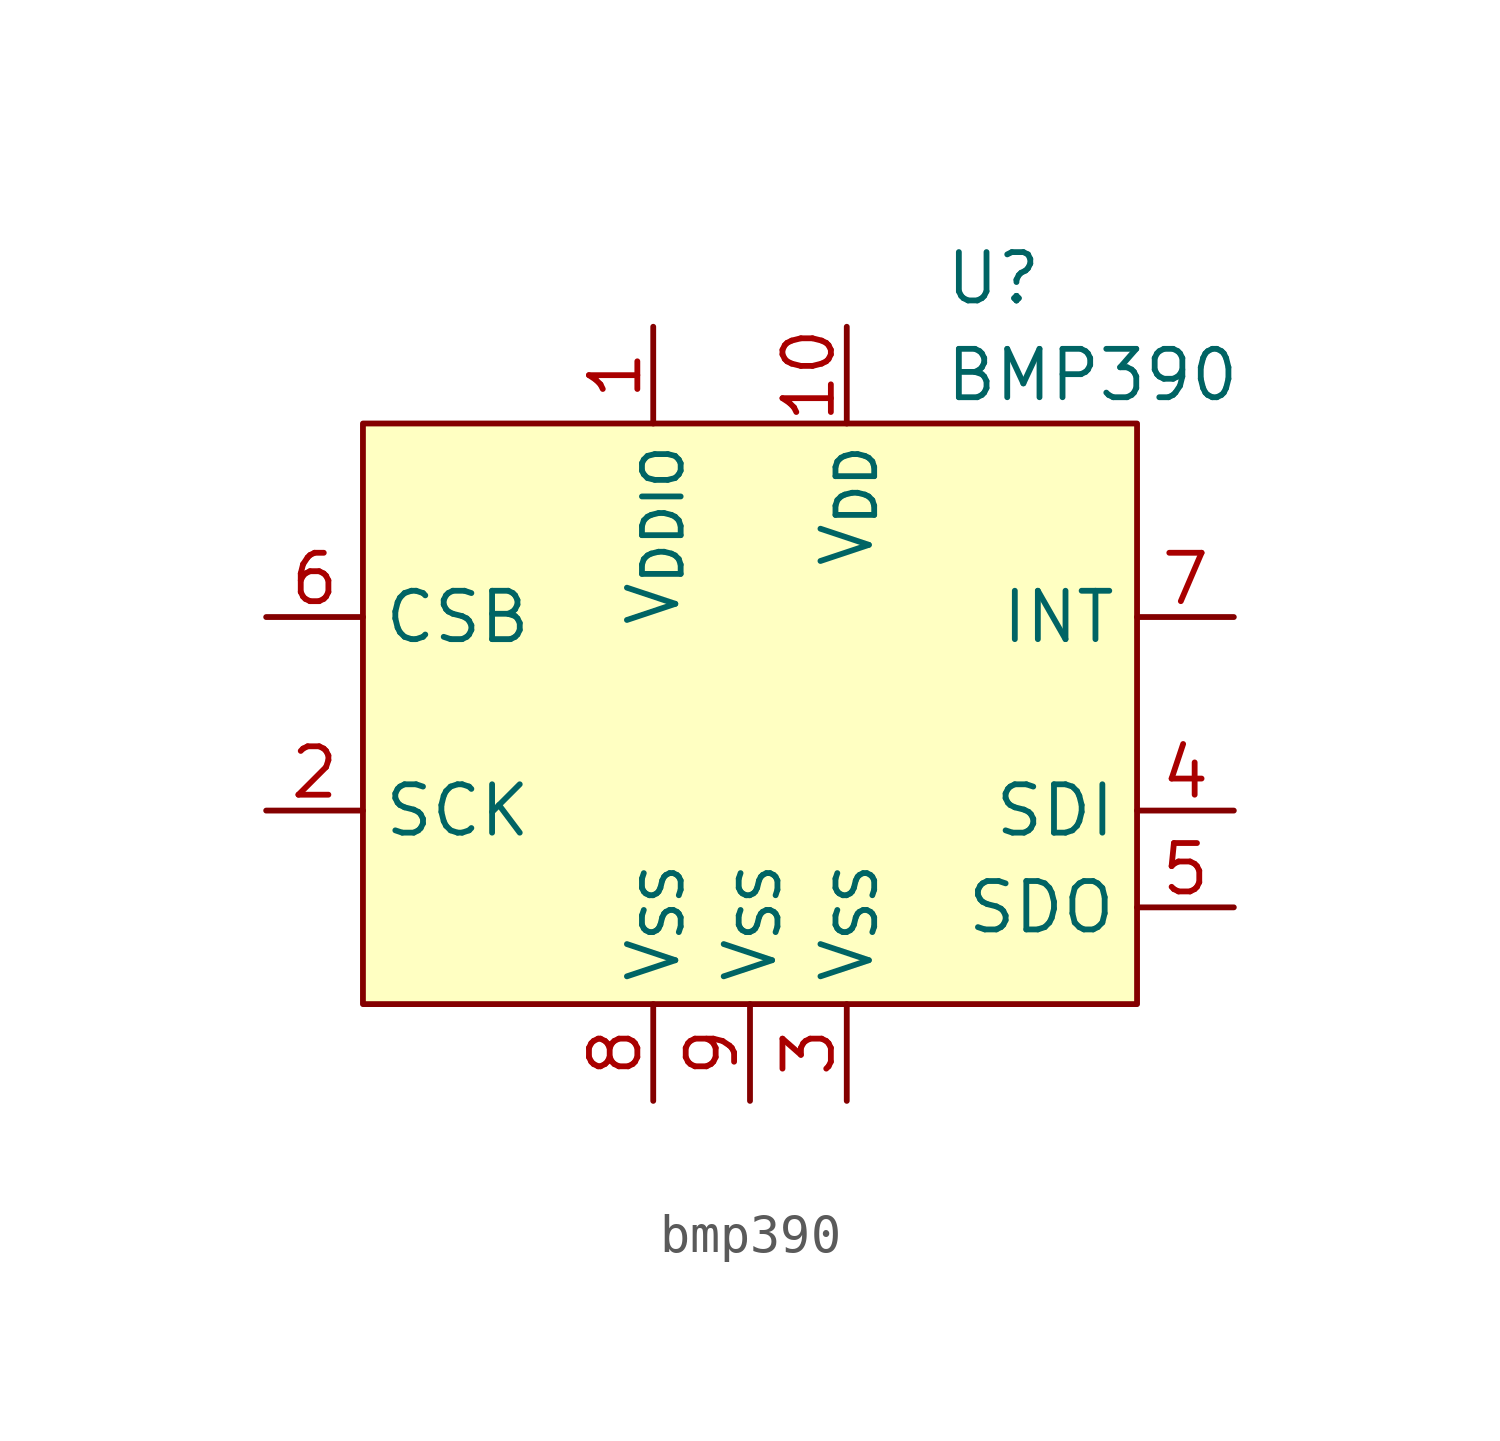
<source format=kicad_sym>
(kicad_symbol_lib
  (version 20241209)
  (generator "kicad_symbol_editor")
  (generator_version "9.0")
  (symbol "bmp390"
    (property "Reference" "U"
      (at 5.08 11.43 0)
      (effects (font (size 1.27 1.27)) (justify left)))
    (property "Value" "BMP390"
      (at 5.08 8.89 0)
      (effects (font (size 1.27 1.27)) (justify left)))
    (symbol "bmp390_1_0"
      (pin power_in line (at 0 -10.16 90) (length 2.54) (name "V_{SS}" (effects (font (size 1.27 1.27)))) (number "9" (effects (font (size 1.27 1.27)))))
      (pin power_in line (at 2.54 10.16 270) (length 2.54) (name "V_{DD}" (effects (font (size 1.27 1.27)))) (number "10" (effects (font (size 1.27 1.27))))))
    (symbol "bmp390_1_1"
      (rectangle (start -10.16 7.62) (end 10.16 -7.62) (stroke (width 0) (type default)) (fill (type background)))
      (pin input line (at -12.7 2.54 0) (length 2.54) (name "CSB" (effects (font (size 1.27 1.27)))) (number "6" (effects (font (size 1.27 1.27)))))
      (pin input line (at -12.7 -2.54 0) (length 2.54) (name "SCK" (effects (font (size 1.27 1.27)))) (number "2" (effects (font (size 1.27 1.27)))))
      (pin power_in line (at -2.54 10.16 270) (length 2.54) (name "V_{DDIO}" (effects (font (size 1.27 1.27)))) (number "1" (effects (font (size 1.27 1.27)))))
      (pin power_in line (at -2.54 -10.16 90) (length 2.54) (name "V_{SS}" (effects (font (size 1.27 1.27)))) (number "8" (effects (font (size 1.27 1.27)))))
      (pin power_in line (at 2.54 -10.16 90) (length 2.54) (name "V_{SS}" (effects (font (size 1.27 1.27)))) (number "3" (effects (font (size 1.27 1.27)))))
      (pin output line (at 12.7 2.54 180) (length 2.54) (name "INT" (effects (font (size 1.27 1.27)))) (number "7" (effects (font (size 1.27 1.27)))))
      (pin bidirectional line (at 12.7 -2.54 180) (length 2.54) (name "SDI" (effects (font (size 1.27 1.27)))) (number "4" (effects (font (size 1.27 1.27)))))
      (pin bidirectional line (at 12.7 -5.08 180) (length 2.54) (name "SDO" (effects (font (size 1.27 1.27)))) (number "5" (effects (font (size 1.27 1.27))))))))
</source>
